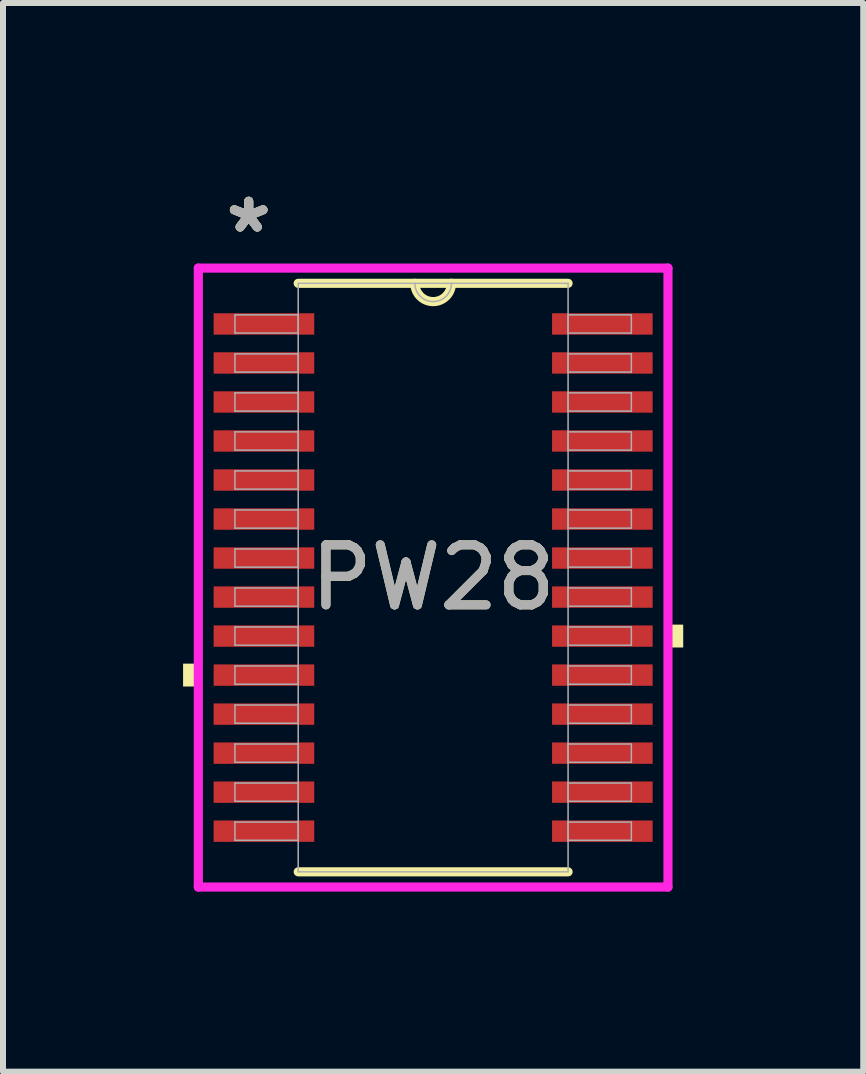
<source format=kicad_pcb>
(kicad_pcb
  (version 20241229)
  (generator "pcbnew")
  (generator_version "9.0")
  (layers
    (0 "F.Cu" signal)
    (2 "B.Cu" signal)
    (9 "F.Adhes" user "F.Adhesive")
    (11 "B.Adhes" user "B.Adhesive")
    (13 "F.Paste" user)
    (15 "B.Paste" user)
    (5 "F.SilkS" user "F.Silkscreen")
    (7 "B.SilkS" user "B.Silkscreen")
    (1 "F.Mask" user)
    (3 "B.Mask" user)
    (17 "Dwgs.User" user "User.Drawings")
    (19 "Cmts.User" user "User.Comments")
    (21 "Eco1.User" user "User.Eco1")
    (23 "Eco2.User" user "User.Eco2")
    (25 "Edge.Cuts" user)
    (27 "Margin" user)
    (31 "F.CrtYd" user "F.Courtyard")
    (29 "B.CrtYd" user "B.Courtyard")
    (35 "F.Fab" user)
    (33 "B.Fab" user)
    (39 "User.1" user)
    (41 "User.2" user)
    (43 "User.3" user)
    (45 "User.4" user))
  (footprint "PW28"
    (layer "F.Cu")
    (at 4.166 6.572)
    (property "Reference" "PW28" (at 0 0 0) (unlocked yes) (layer "F.SilkS") (effects (font (size 1 1) (thickness 0.15))))
    (attr smd)
    (fp_line (start -2.248 4.902) (end 2.248 4.902) (stroke (width 0.152) (type solid)) (layer "F.SilkS"))
    (fp_line (start 2.248 -4.902) (end -2.248 -4.902) (stroke (width 0.152) (type solid)) (layer "F.SilkS"))
    (fp_arc (start 0.3048 -4.9022) (mid 0 -4.5974) (end -0.3048 -4.9022) (stroke (width 0.1524) (type solid)) (layer "F.SilkS"))
    (fp_poly (pts (xy -4.166 1.434) (xy -4.166 1.815) (xy -3.912 1.815) (xy -3.912 1.434)) (stroke (width 0) (type solid)) (fill yes) (layer "F.SilkS"))
    (fp_poly (pts (xy 4.166 0.784) (xy 4.166 1.165) (xy 3.912 1.165) (xy 3.912 0.784)) (stroke (width 0) (type solid)) (fill yes) (layer "F.SilkS"))
    (fp_line (start -3.912 -5.156) (end 3.912 -5.156) (stroke (width 0.152) (type solid)) (layer "F.CrtYd"))
    (fp_line (start -3.912 5.156) (end -3.912 -5.156) (stroke (width 0.152) (type solid)) (layer "F.CrtYd"))
    (fp_line (start 3.912 -5.156) (end 3.912 5.156) (stroke (width 0.152) (type solid)) (layer "F.CrtYd"))
    (fp_line (start 3.912 5.156) (end -3.912 5.156) (stroke (width 0.152) (type solid)) (layer "F.CrtYd"))
    (fp_line (start -3.302 -4.377) (end -3.302 -4.073) (stroke (width 0.025) (type solid)) (layer "F.Fab"))
    (fp_line (start -3.302 -4.073) (end -2.248 -4.073) (stroke (width 0.025) (type solid)) (layer "F.Fab"))
    (fp_line (start -3.302 -3.727) (end -3.302 -3.423) (stroke (width 0.025) (type solid)) (layer "F.Fab"))
    (fp_line (start -3.302 -3.423) (end -2.248 -3.423) (stroke (width 0.025) (type solid)) (layer "F.Fab"))
    (fp_line (start -3.302 -3.077) (end -3.302 -2.773) (stroke (width 0.025) (type solid)) (layer "F.Fab"))
    (fp_line (start -3.302 -2.773) (end -2.248 -2.773) (stroke (width 0.025) (type solid)) (layer "F.Fab"))
    (fp_line (start -3.302 -2.427) (end -3.302 -2.123) (stroke (width 0.025) (type solid)) (layer "F.Fab"))
    (fp_line (start -3.302 -2.123) (end -2.248 -2.123) (stroke (width 0.025) (type solid)) (layer "F.Fab"))
    (fp_line (start -3.302 -1.777) (end -3.302 -1.473) (stroke (width 0.025) (type solid)) (layer "F.Fab"))
    (fp_line (start -3.302 -1.473) (end -2.248 -1.473) (stroke (width 0.025) (type solid)) (layer "F.Fab"))
    (fp_line (start -3.302 -1.127) (end -3.302 -0.823) (stroke (width 0.025) (type solid)) (layer "F.Fab"))
    (fp_line (start -3.302 -0.823) (end -2.248 -0.823) (stroke (width 0.025) (type solid)) (layer "F.Fab"))
    (fp_line (start -3.302 -0.477) (end -3.302 -0.173) (stroke (width 0.025) (type solid)) (layer "F.Fab"))
    (fp_line (start -3.302 -0.173) (end -2.248 -0.173) (stroke (width 0.025) (type solid)) (layer "F.Fab"))
    (fp_line (start -3.302 0.173) (end -3.302 0.477) (stroke (width 0.025) (type solid)) (layer "F.Fab"))
    (fp_line (start -3.302 0.477) (end -2.248 0.477) (stroke (width 0.025) (type solid)) (layer "F.Fab"))
    (fp_line (start -3.302 0.823) (end -3.302 1.127) (stroke (width 0.025) (type solid)) (layer "F.Fab"))
    (fp_line (start -3.302 1.127) (end -2.248 1.127) (stroke (width 0.025) (type solid)) (layer "F.Fab"))
    (fp_line (start -3.302 1.473) (end -3.302 1.777) (stroke (width 0.025) (type solid)) (layer "F.Fab"))
    (fp_line (start -3.302 1.777) (end -2.248 1.777) (stroke (width 0.025) (type solid)) (layer "F.Fab"))
    (fp_line (start -3.302 2.123) (end -3.302 2.427) (stroke (width 0.025) (type solid)) (layer "F.Fab"))
    (fp_line (start -3.302 2.427) (end -2.248 2.427) (stroke (width 0.025) (type solid)) (layer "F.Fab"))
    (fp_line (start -3.302 2.773) (end -3.302 3.077) (stroke (width 0.025) (type solid)) (layer "F.Fab"))
    (fp_line (start -3.302 3.077) (end -2.248 3.077) (stroke (width 0.025) (type solid)) (layer "F.Fab"))
    (fp_line (start -3.302 3.423) (end -3.302 3.727) (stroke (width 0.025) (type solid)) (layer "F.Fab"))
    (fp_line (start -3.302 3.727) (end -2.248 3.727) (stroke (width 0.025) (type solid)) (layer "F.Fab"))
    (fp_line (start -3.302 4.073) (end -3.302 4.377) (stroke (width 0.025) (type solid)) (layer "F.Fab"))
    (fp_line (start -3.302 4.377) (end -2.248 4.377) (stroke (width 0.025) (type solid)) (layer "F.Fab"))
    (fp_line (start -2.248 -4.902) (end -2.248 4.902) (stroke (width 0.025) (type solid)) (layer "F.Fab"))
    (fp_line (start -2.248 -4.377) (end -3.302 -4.377) (stroke (width 0.025) (type solid)) (layer "F.Fab"))
    (fp_line (start -2.248 -4.073) (end -2.248 -4.377) (stroke (width 0.025) (type solid)) (layer "F.Fab"))
    (fp_line (start -2.248 -3.727) (end -3.302 -3.727) (stroke (width 0.025) (type solid)) (layer "F.Fab"))
    (fp_line (start -2.248 -3.423) (end -2.248 -3.727) (stroke (width 0.025) (type solid)) (layer "F.Fab"))
    (fp_line (start -2.248 -3.077) (end -3.302 -3.077) (stroke (width 0.025) (type solid)) (layer "F.Fab"))
    (fp_line (start -2.248 -2.773) (end -2.248 -3.077) (stroke (width 0.025) (type solid)) (layer "F.Fab"))
    (fp_line (start -2.248 -2.427) (end -3.302 -2.427) (stroke (width 0.025) (type solid)) (layer "F.Fab"))
    (fp_line (start -2.248 -2.123) (end -2.248 -2.427) (stroke (width 0.025) (type solid)) (layer "F.Fab"))
    (fp_line (start -2.248 -1.777) (end -3.302 -1.777) (stroke (width 0.025) (type solid)) (layer "F.Fab"))
    (fp_line (start -2.248 -1.473) (end -2.248 -1.777) (stroke (width 0.025) (type solid)) (layer "F.Fab"))
    (fp_line (start -2.248 -1.127) (end -3.302 -1.127) (stroke (width 0.025) (type solid)) (layer "F.Fab"))
    (fp_line (start -2.248 -0.823) (end -2.248 -1.127) (stroke (width 0.025) (type solid)) (layer "F.Fab"))
    (fp_line (start -2.248 -0.477) (end -3.302 -0.477) (stroke (width 0.025) (type solid)) (layer "F.Fab"))
    (fp_line (start -2.248 -0.173) (end -2.248 -0.477) (stroke (width 0.025) (type solid)) (layer "F.Fab"))
    (fp_line (start -2.248 0.173) (end -3.302 0.173) (stroke (width 0.025) (type solid)) (layer "F.Fab"))
    (fp_line (start -2.248 0.477) (end -2.248 0.173) (stroke (width 0.025) (type solid)) (layer "F.Fab"))
    (fp_line (start -2.248 0.823) (end -3.302 0.823) (stroke (width 0.025) (type solid)) (layer "F.Fab"))
    (fp_line (start -2.248 1.127) (end -2.248 0.823) (stroke (width 0.025) (type solid)) (layer "F.Fab"))
    (fp_line (start -2.248 1.473) (end -3.302 1.473) (stroke (width 0.025) (type solid)) (layer "F.Fab"))
    (fp_line (start -2.248 1.777) (end -2.248 1.473) (stroke (width 0.025) (type solid)) (layer "F.Fab"))
    (fp_line (start -2.248 2.123) (end -3.302 2.123) (stroke (width 0.025) (type solid)) (layer "F.Fab"))
    (fp_line (start -2.248 2.427) (end -2.248 2.123) (stroke (width 0.025) (type solid)) (layer "F.Fab"))
    (fp_line (start -2.248 2.773) (end -3.302 2.773) (stroke (width 0.025) (type solid)) (layer "F.Fab"))
    (fp_line (start -2.248 3.077) (end -2.248 2.773) (stroke (width 0.025) (type solid)) (layer "F.Fab"))
    (fp_line (start -2.248 3.423) (end -3.302 3.423) (stroke (width 0.025) (type solid)) (layer "F.Fab"))
    (fp_line (start -2.248 3.727) (end -2.248 3.423) (stroke (width 0.025) (type solid)) (layer "F.Fab"))
    (fp_line (start -2.248 4.073) (end -3.302 4.073) (stroke (width 0.025) (type solid)) (layer "F.Fab"))
    (fp_line (start -2.248 4.377) (end -2.248 4.073) (stroke (width 0.025) (type solid)) (layer "F.Fab"))
    (fp_line (start -2.248 4.902) (end 2.248 4.902) (stroke (width 0.025) (type solid)) (layer "F.Fab"))
    (fp_line (start 2.248 -4.902) (end -2.248 -4.902) (stroke (width 0.025) (type solid)) (layer "F.Fab"))
    (fp_line (start 2.248 -4.377) (end 2.248 -4.073) (stroke (width 0.025) (type solid)) (layer "F.Fab"))
    (fp_line (start 2.248 -4.073) (end 3.302 -4.073) (stroke (width 0.025) (type solid)) (layer "F.Fab"))
    (fp_line (start 2.248 -3.727) (end 2.248 -3.423) (stroke (width 0.025) (type solid)) (layer "F.Fab"))
    (fp_line (start 2.248 -3.423) (end 3.302 -3.423) (stroke (width 0.025) (type solid)) (layer "F.Fab"))
    (fp_line (start 2.248 -3.077) (end 2.248 -2.773) (stroke (width 0.025) (type solid)) (layer "F.Fab"))
    (fp_line (start 2.248 -2.773) (end 3.302 -2.773) (stroke (width 0.025) (type solid)) (layer "F.Fab"))
    (fp_line (start 2.248 -2.427) (end 2.248 -2.123) (stroke (width 0.025) (type solid)) (layer "F.Fab"))
    (fp_line (start 2.248 -2.123) (end 3.302 -2.123) (stroke (width 0.025) (type solid)) (layer "F.Fab"))
    (fp_line (start 2.248 -1.777) (end 2.248 -1.473) (stroke (width 0.025) (type solid)) (layer "F.Fab"))
    (fp_line (start 2.248 -1.473) (end 3.302 -1.473) (stroke (width 0.025) (type solid)) (layer "F.Fab"))
    (fp_line (start 2.248 -1.127) (end 2.248 -0.823) (stroke (width 0.025) (type solid)) (layer "F.Fab"))
    (fp_line (start 2.248 -0.823) (end 3.302 -0.823) (stroke (width 0.025) (type solid)) (layer "F.Fab"))
    (fp_line (start 2.248 -0.477) (end 2.248 -0.173) (stroke (width 0.025) (type solid)) (layer "F.Fab"))
    (fp_line (start 2.248 -0.173) (end 3.302 -0.173) (stroke (width 0.025) (type solid)) (layer "F.Fab"))
    (fp_line (start 2.248 0.173) (end 2.248 0.477) (stroke (width 0.025) (type solid)) (layer "F.Fab"))
    (fp_line (start 2.248 0.477) (end 3.302 0.477) (stroke (width 0.025) (type solid)) (layer "F.Fab"))
    (fp_line (start 2.248 0.823) (end 2.248 1.127) (stroke (width 0.025) (type solid)) (layer "F.Fab"))
    (fp_line (start 2.248 1.127) (end 3.302 1.127) (stroke (width 0.025) (type solid)) (layer "F.Fab"))
    (fp_line (start 2.248 1.473) (end 2.248 1.777) (stroke (width 0.025) (type solid)) (layer "F.Fab"))
    (fp_line (start 2.248 1.777) (end 3.302 1.777) (stroke (width 0.025) (type solid)) (layer "F.Fab"))
    (fp_line (start 2.248 2.123) (end 2.248 2.427) (stroke (width 0.025) (type solid)) (layer "F.Fab"))
    (fp_line (start 2.248 2.427) (end 3.302 2.427) (stroke (width 0.025) (type solid)) (layer "F.Fab"))
    (fp_line (start 2.248 2.773) (end 2.248 3.077) (stroke (width 0.025) (type solid)) (layer "F.Fab"))
    (fp_line (start 2.248 3.077) (end 3.302 3.077) (stroke (width 0.025) (type solid)) (layer "F.Fab"))
    (fp_line (start 2.248 3.423) (end 2.248 3.727) (stroke (width 0.025) (type solid)) (layer "F.Fab"))
    (fp_line (start 2.248 3.727) (end 3.302 3.727) (stroke (width 0.025) (type solid)) (layer "F.Fab"))
    (fp_line (start 2.248 4.073) (end 2.248 4.377) (stroke (width 0.025) (type solid)) (layer "F.Fab"))
    (fp_line (start 2.248 4.377) (end 3.302 4.377) (stroke (width 0.025) (type solid)) (layer "F.Fab"))
    (fp_line (start 2.248 4.902) (end 2.248 -4.902) (stroke (width 0.025) (type solid)) (layer "F.Fab"))
    (fp_line (start 3.302 -4.377) (end 2.248 -4.377) (stroke (width 0.025) (type solid)) (layer "F.Fab"))
    (fp_line (start 3.302 -4.073) (end 3.302 -4.377) (stroke (width 0.025) (type solid)) (layer "F.Fab"))
    (fp_line (start 3.302 -3.727) (end 2.248 -3.727) (stroke (width 0.025) (type solid)) (layer "F.Fab"))
    (fp_line (start 3.302 -3.423) (end 3.302 -3.727) (stroke (width 0.025) (type solid)) (layer "F.Fab"))
    (fp_line (start 3.302 -3.077) (end 2.248 -3.077) (stroke (width 0.025) (type solid)) (layer "F.Fab"))
    (fp_line (start 3.302 -2.773) (end 3.302 -3.077) (stroke (width 0.025) (type solid)) (layer "F.Fab"))
    (fp_line (start 3.302 -2.427) (end 2.248 -2.427) (stroke (width 0.025) (type solid)) (layer "F.Fab"))
    (fp_line (start 3.302 -2.123) (end 3.302 -2.427) (stroke (width 0.025) (type solid)) (layer "F.Fab"))
    (fp_line (start 3.302 -1.777) (end 2.248 -1.777) (stroke (width 0.025) (type solid)) (layer "F.Fab"))
    (fp_line (start 3.302 -1.473) (end 3.302 -1.777) (stroke (width 0.025) (type solid)) (layer "F.Fab"))
    (fp_line (start 3.302 -1.127) (end 2.248 -1.127) (stroke (width 0.025) (type solid)) (layer "F.Fab"))
    (fp_line (start 3.302 -0.823) (end 3.302 -1.127) (stroke (width 0.025) (type solid)) (layer "F.Fab"))
    (fp_line (start 3.302 -0.477) (end 2.248 -0.477) (stroke (width 0.025) (type solid)) (layer "F.Fab"))
    (fp_line (start 3.302 -0.173) (end 3.302 -0.477) (stroke (width 0.025) (type solid)) (layer "F.Fab"))
    (fp_line (start 3.302 0.173) (end 2.248 0.173) (stroke (width 0.025) (type solid)) (layer "F.Fab"))
    (fp_line (start 3.302 0.477) (end 3.302 0.173) (stroke (width 0.025) (type solid)) (layer "F.Fab"))
    (fp_line (start 3.302 0.823) (end 2.248 0.823) (stroke (width 0.025) (type solid)) (layer "F.Fab"))
    (fp_line (start 3.302 1.127) (end 3.302 0.823) (stroke (width 0.025) (type solid)) (layer "F.Fab"))
    (fp_line (start 3.302 1.473) (end 2.248 1.473) (stroke (width 0.025) (type solid)) (layer "F.Fab"))
    (fp_line (start 3.302 1.777) (end 3.302 1.473) (stroke (width 0.025) (type solid)) (layer "F.Fab"))
    (fp_line (start 3.302 2.123) (end 2.248 2.123) (stroke (width 0.025) (type solid)) (layer "F.Fab"))
    (fp_line (start 3.302 2.427) (end 3.302 2.123) (stroke (width 0.025) (type solid)) (layer "F.Fab"))
    (fp_line (start 3.302 2.773) (end 2.248 2.773) (stroke (width 0.025) (type solid)) (layer "F.Fab"))
    (fp_line (start 3.302 3.077) (end 3.302 2.773) (stroke (width 0.025) (type solid)) (layer "F.Fab"))
    (fp_line (start 3.302 3.423) (end 2.248 3.423) (stroke (width 0.025) (type solid)) (layer "F.Fab"))
    (fp_line (start 3.302 3.727) (end 3.302 3.423) (stroke (width 0.025) (type solid)) (layer "F.Fab"))
    (fp_line (start 3.302 4.073) (end 2.248 4.073) (stroke (width 0.025) (type solid)) (layer "F.Fab"))
    (fp_line (start 3.302 4.377) (end 3.302 4.073) (stroke (width 0.025) (type solid)) (layer "F.Fab"))
    (fp_arc (start 0.3048 -4.9022) (mid 0 -4.5974) (end -0.3048 -4.9022) (stroke (width 0.0254) (type solid)) (layer "F.Fab"))
    (fp_text user "*" (at -3.073 -5.724 0) (unlocked yes) (layer "F.SilkS") (effects (font (size 1 1) (thickness 0.15))))
    (fp_text user "*" (at -3.073 -5.724 0) (layer "F.SilkS") (effects (font (size 1 1) (thickness 0.15))))
    (fp_text user "*" (at -3.073 -5.724 0) (unlocked yes) (layer "F.Fab") (effects (font (size 1 1) (thickness 0.15))))
    (fp_text user "${REFERENCE}" (at 0 0 0) (unlocked yes) (layer "F.Fab") (effects (font (size 1 1) (thickness 0.15))))
    (fp_text user "*" (at -3.073 -5.724 0) (layer "F.Fab") (effects (font (size 1 1) (thickness 0.15))))
    (pad "1" smd rect (at -2.819 -4.225) (size 1.676 0.356) (layers "F.Cu" "F.Mask" "F.Paste"))
    (pad "2" smd rect (at -2.819 -3.575) (size 1.676 0.356) (layers "F.Cu" "F.Mask" "F.Paste"))
    (pad "3" smd rect (at -2.819 -2.925) (size 1.676 0.356) (layers "F.Cu" "F.Mask" "F.Paste"))
    (pad "4" smd rect (at -2.819 -2.275) (size 1.676 0.356) (layers "F.Cu" "F.Mask" "F.Paste"))
    (pad "5" smd rect (at -2.819 -1.625) (size 1.676 0.356) (layers "F.Cu" "F.Mask" "F.Paste"))
    (pad "6" smd rect (at -2.819 -0.975) (size 1.676 0.356) (layers "F.Cu" "F.Mask" "F.Paste"))
    (pad "7" smd rect (at -2.819 -0.325) (size 1.676 0.356) (layers "F.Cu" "F.Mask" "F.Paste"))
    (pad "8" smd rect (at -2.819 0.325) (size 1.676 0.356) (layers "F.Cu" "F.Mask" "F.Paste"))
    (pad "9" smd rect (at -2.819 0.975) (size 1.676 0.356) (layers "F.Cu" "F.Mask" "F.Paste"))
    (pad "10" smd rect (at -2.819 1.625) (size 1.676 0.356) (layers "F.Cu" "F.Mask" "F.Paste"))
    (pad "11" smd rect (at -2.819 2.275) (size 1.676 0.356) (layers "F.Cu" "F.Mask" "F.Paste"))
    (pad "12" smd rect (at -2.819 2.925) (size 1.676 0.356) (layers "F.Cu" "F.Mask" "F.Paste"))
    (pad "13" smd rect (at -2.819 3.575) (size 1.676 0.356) (layers "F.Cu" "F.Mask" "F.Paste"))
    (pad "14" smd rect (at -2.819 4.225) (size 1.676 0.356) (layers "F.Cu" "F.Mask" "F.Paste"))
    (pad "15" smd rect (at 2.819 4.225) (size 1.676 0.356) (layers "F.Cu" "F.Mask" "F.Paste"))
    (pad "16" smd rect (at 2.819 3.575) (size 1.676 0.356) (layers "F.Cu" "F.Mask" "F.Paste"))
    (pad "17" smd rect (at 2.819 2.925) (size 1.676 0.356) (layers "F.Cu" "F.Mask" "F.Paste"))
    (pad "18" smd rect (at 2.819 2.275) (size 1.676 0.356) (layers "F.Cu" "F.Mask" "F.Paste"))
    (pad "19" smd rect (at 2.819 1.625) (size 1.676 0.356) (layers "F.Cu" "F.Mask" "F.Paste"))
    (pad "20" smd rect (at 2.819 0.975) (size 1.676 0.356) (layers "F.Cu" "F.Mask" "F.Paste"))
    (pad "21" smd rect (at 2.819 0.325) (size 1.676 0.356) (layers "F.Cu" "F.Mask" "F.Paste"))
    (pad "22" smd rect (at 2.819 -0.325) (size 1.676 0.356) (layers "F.Cu" "F.Mask" "F.Paste"))
    (pad "23" smd rect (at 2.819 -0.975) (size 1.676 0.356) (layers "F.Cu" "F.Mask" "F.Paste"))
    (pad "24" smd rect (at 2.819 -1.625) (size 1.676 0.356) (layers "F.Cu" "F.Mask" "F.Paste"))
    (pad "25" smd rect (at 2.819 -2.275) (size 1.676 0.356) (layers "F.Cu" "F.Mask" "F.Paste"))
    (pad "26" smd rect (at 2.819 -2.925) (size 1.676 0.356) (layers "F.Cu" "F.Mask" "F.Paste"))
    (pad "27" smd rect (at 2.819 -3.575) (size 1.676 0.356) (layers "F.Cu" "F.Mask" "F.Paste"))
    (pad "28" smd rect (at 2.819 -4.225) (size 1.676 0.356) (layers "F.Cu" "F.Mask" "F.Paste")))
  (gr_rect
    (start -3 -3)
    (end 11.331 14.804)
    (stroke (width 0.1) (type default))
    (fill no)
    (layer "Edge.Cuts")))
</source>
